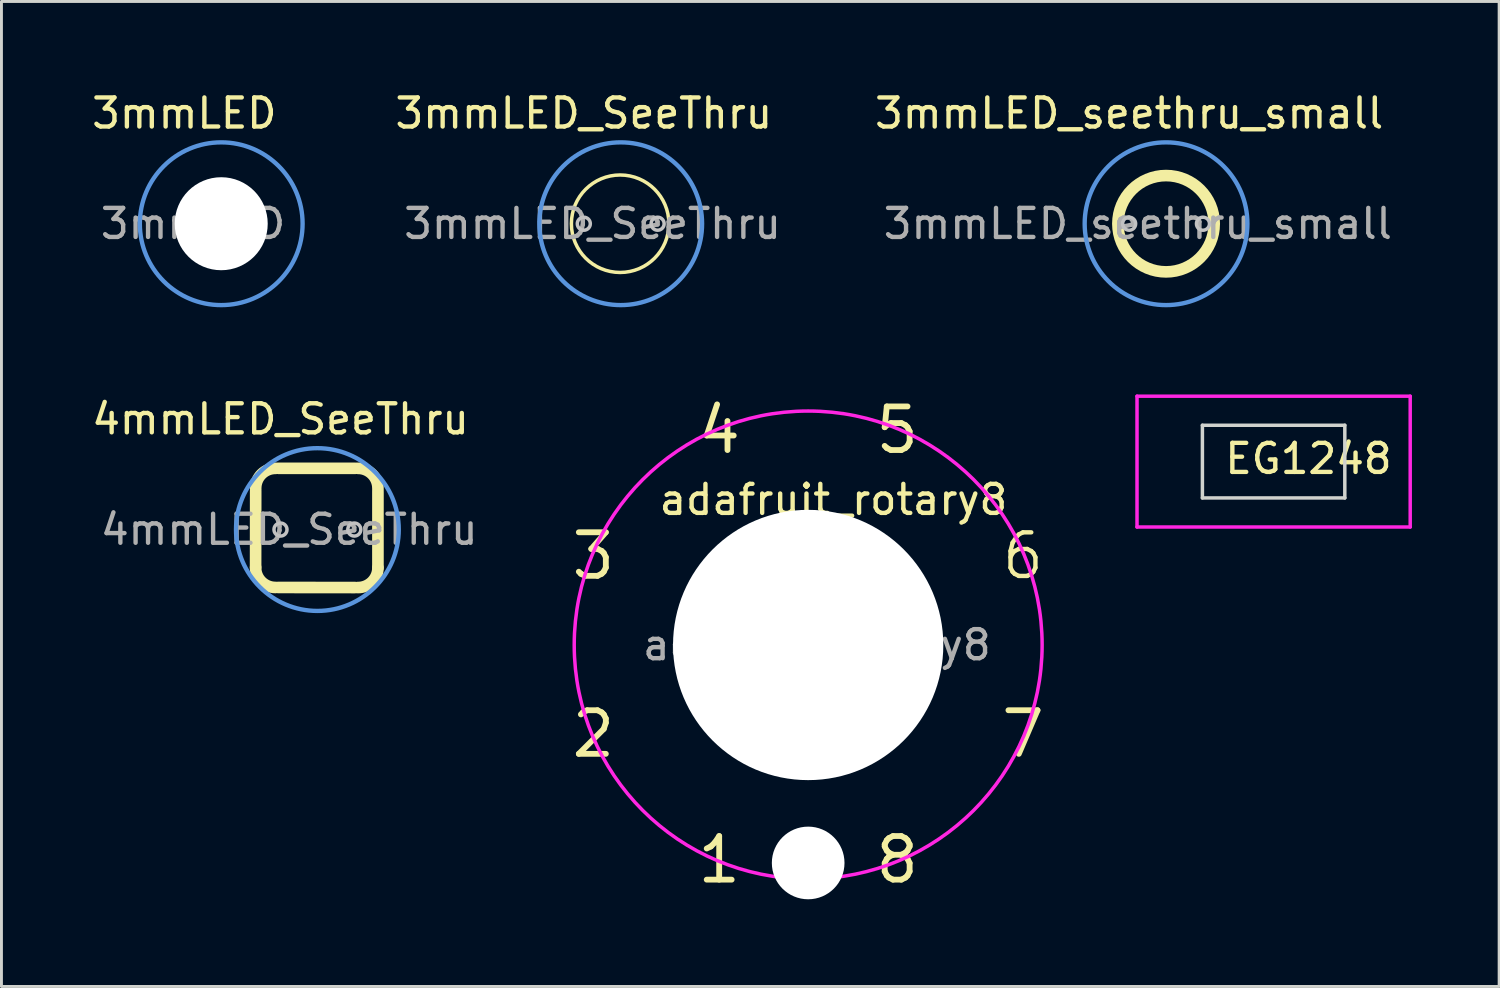
<source format=kicad_pcb>
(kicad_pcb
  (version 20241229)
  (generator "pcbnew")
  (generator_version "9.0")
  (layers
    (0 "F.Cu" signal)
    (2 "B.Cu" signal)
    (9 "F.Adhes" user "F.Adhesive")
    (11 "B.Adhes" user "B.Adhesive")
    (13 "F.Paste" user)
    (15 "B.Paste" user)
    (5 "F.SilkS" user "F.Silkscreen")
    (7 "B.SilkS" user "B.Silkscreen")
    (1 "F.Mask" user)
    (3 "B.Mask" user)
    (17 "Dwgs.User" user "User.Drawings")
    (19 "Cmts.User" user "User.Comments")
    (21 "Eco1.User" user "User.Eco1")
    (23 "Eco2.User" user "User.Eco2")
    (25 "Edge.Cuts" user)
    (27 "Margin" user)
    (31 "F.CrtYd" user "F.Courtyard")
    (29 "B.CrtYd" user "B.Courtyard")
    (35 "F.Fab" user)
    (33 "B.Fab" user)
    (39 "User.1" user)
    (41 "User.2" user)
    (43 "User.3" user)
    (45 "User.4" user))
  (footprint "EG1248"
    (layer "F.Cu")
    (at 40.773 12.833)
    (property "Reference" "EG1248" (at 1.2 -0.1 0) (unlocked yes) (layer "F.SilkS") (effects (font (size 1 1) (thickness 0.15))))
    (fp_line (start -2.45 -1.25) (end -2.45 1.25) (stroke (width 0.12) (type solid)) (layer "Edge.Cuts"))
    (fp_line (start -2.45 -1.25) (end 2.45 -1.25) (stroke (width 0.12) (type solid)) (layer "Edge.Cuts"))
    (fp_line (start -2.45 1.25) (end 2.45 1.25) (stroke (width 0.12) (type solid)) (layer "Edge.Cuts"))
    (fp_line (start 2.45 -1.25) (end 2.45 1.25) (stroke (width 0.12) (type solid)) (layer "Edge.Cuts"))
    (fp_line (start -4.7 -2.25) (end 4.7 -2.25) (stroke (width 0.12) (type solid)) (layer "F.CrtYd"))
    (fp_line (start -4.7 2.25) (end -4.7 -2.25) (stroke (width 0.12) (type solid)) (layer "F.CrtYd"))
    (fp_line (start 4.7 -2.25) (end 4.7 2.25) (stroke (width 0.12) (type solid)) (layer "F.CrtYd"))
    (fp_line (start 4.7 2.25) (end -4.7 2.25) (stroke (width 0.12) (type solid)) (layer "F.CrtYd")))
  (footprint "3mmLED_SeeThru"
    (layer "F.Cu")
    (at 17.038 4.648)
    (property "Reference" "3mmLED_SeeThru" (at 0 -3.8 0) (layer "F.SilkS") (effects (font (size 1 1) (thickness 0.15))))
    (attr exclude_from_pos_files exclude_from_bom)
    (fp_circle (center 1.25 0) (end -0.4 -0.3) (stroke (width 0.12) (type solid)) (fill no) (layer "F.SilkS"))
    (fp_circle (center 0 0) (end 0.224 0) (stroke (width 0.12) (type solid)) (fill no) (layer "Dwgs.User"))
    (fp_circle (center 2.54 0) (end 2.764 0) (stroke (width 0.12) (type solid)) (fill no) (layer "Dwgs.User"))
    (fp_circle (center 1.27 0) (end 4.07 0) (stroke (width 0.15) (type solid)) (fill no) (layer "Cmts.User"))
    (fp_text user "${REFERENCE}" (at 0.3 0 0) (layer "F.Fab") (effects (font (size 1 1) (thickness 0.15))))
    (zone (net_name "") (layers "F.Cu" "F.Mask" "B.Cu" "B.Mask") (hatch edge 0.508) (connect_pads) (min_thickness 0.254) (filled_areas_thickness no) (keepout (tracks not_allowed) (vias not_allowed) (pads not_allowed) (copperpour not_allowed) (footprints allowed)) (placement (enabled no)) (fill) (polygon (pts (xy 19.888 6.248) (xy 16.688 6.248) (xy 16.688 3.048) (xy 19.888 3.048)))))
  (footprint "4mmLED_SeeThru"
    (layer "F.Cu")
    (at 6.601 15.171)
    (property "Reference" "4mmLED_SeeThru" (at 0 -3.8 0) (layer "F.SilkS") (effects (font (size 1 1) (thickness 0.15))))
    (attr exclude_from_pos_files exclude_from_bom)
    (fp_rect (start -0.63 -1.88) (end 3.13 1.88) (stroke (width 0.01) (type solid)) (fill yes) (layer "F.Mask"))
    (fp_line (start -0.853 -1.326) (end -0.856 1.303) (stroke (width 0.4) (type default)) (layer "F.SilkS"))
    (fp_line (start -0.076 1.993) (end 2.563 1.996) (stroke (width 0.4) (type default)) (layer "F.SilkS"))
    (fp_line (start -0.063 -2.106) (end 2.563 -2.106) (stroke (width 0.4) (type default)) (layer "F.SilkS"))
    (fp_line (start 3.353 -1.313) (end 3.353 1.316) (stroke (width 0.4) (type default)) (layer "F.SilkS"))
    (fp_arc (start -0.852737 -1.425593) (mid -0.65 -1.91) (end -0.162664 -2.105592) (stroke (width 0.4) (type default)) (layer "F.SilkS"))
    (fp_arc (start -0.175593 1.992737) (mid -0.66 1.79) (end -0.855592 1.302664) (stroke (width 0.4) (type default)) (layer "F.SilkS"))
    (fp_arc (start 2.662664 -2.105592) (mid 3.15 -1.91) (end 3.352737 -1.425593) (stroke (width 0.4) (type default)) (layer "F.SilkS"))
    (fp_arc (start 3.352737 1.315593) (mid 3.15 1.8) (end 2.662664 1.995592) (stroke (width 0.4) (type default)) (layer "F.SilkS"))
    (fp_circle (center 0 0) (end 0.224 0) (stroke (width 0.12) (type solid)) (fill no) (layer "Dwgs.User"))
    (fp_circle (center 2.54 0) (end 2.764 0) (stroke (width 0.12) (type solid)) (fill no) (layer "Dwgs.User"))
    (fp_circle (center 1.27 0) (end 4.07 0) (stroke (width 0.15) (type solid)) (fill no) (layer "Cmts.User"))
    (fp_text user "${REFERENCE}" (at 0.3 0 0) (layer "F.Fab") (effects (font (size 1 1) (thickness 0.15))))
    (zone (net_name "") (layers "F.Cu" "B.Cu" "F.Adhes" "F.Paste") (hatch edge 0.508) (connect_pads) (min_thickness 0.254) (filled_areas_thickness no) (keepout (tracks not_allowed) (vias not_allowed) (pads not_allowed) (copperpour not_allowed) (footprints allowed)) (placement (enabled no)) (fill) (polygon (pts (xy 9.851 17.172) (xy 5.851 17.172) (xy 5.851 13.171) (xy 9.851 13.171)))))
  (footprint "3mmLED"
    (layer "F.Cu")
    (at 3.292 4.648)
    (property "Reference" "3mmLED" (at 0 -3.8 0) (layer "F.SilkS") (effects (font (size 1 1) (thickness 0.15))))
    (attr exclude_from_pos_files exclude_from_bom)
    (fp_circle (center 0 0) (end 0.224 0) (stroke (width 0.12) (type solid)) (fill no) (layer "Dwgs.User"))
    (fp_circle (center 2.54 0) (end 2.764 0) (stroke (width 0.12) (type solid)) (fill no) (layer "Dwgs.User"))
    (fp_circle (center 1.27 0) (end 4.07 0) (stroke (width 0.15) (type solid)) (fill no) (layer "Cmts.User"))
    (fp_text user "${REFERENCE}" (at 0.3 0 0) (layer "F.Fab") (effects (font (size 1 1) (thickness 0.15))))
    (pad "" np_thru_hole circle (at 1.27 0) (size 3.2 3.2) (drill 3.2) (layers "*.Cu" "*.Mask")))
  (footprint "adafruit_rotary8"
    (layer "F.Cu")
    (at 24.758 19.143)
    (property "Reference" "adafruit_rotary8" (at 0.87 -5 0) (layer "F.SilkS") (effects (font (size 1 1) (thickness 0.15))))
    (attr exclude_from_pos_files exclude_from_bom)
    (fp_circle (center 0.87 -0.85) (end 3.97 -0.85) (stroke (width 0.15) (type solid)) (fill no) (layer "Cmts.User"))
    (fp_circle (center 0 0) (end 8.05 0) (stroke (width 0.12) (type solid)) (fill no) (layer "F.CrtYd"))
    (fp_circle (center 0.87 -0.85) (end 4.02 -0.85) (stroke (width 0.05) (type solid)) (fill no) (layer "F.CrtYd"))
    (fp_text user "5" (at 3.062 -7.391 0) (unlocked yes) (layer "F.SilkS") (effects (font (size 1.5 1.5) (thickness 0.2))))
    (fp_text user "1" (at -3.062 7.391 0) (unlocked yes) (layer "F.SilkS") (effects (font (size 1.5 1.5) (thickness 0.2))))
    (fp_text user "4" (at -3.062 -7.391 0) (unlocked yes) (layer "F.SilkS") (effects (font (size 1.5 1.5) (thickness 0.2))))
    (fp_text user "2" (at -7.391 3.062 0) (unlocked yes) (layer "F.SilkS") (effects (font (size 1.5 1.5) (thickness 0.2))))
    (fp_text user "3" (at -7.391 -3.062 0) (unlocked yes) (layer "F.SilkS") (effects (font (size 1.5 1.5) (thickness 0.2))))
    (fp_text user "6" (at 7.391 -3.062 0) (unlocked yes) (layer "F.SilkS") (effects (font (size 1.5 1.5) (thickness 0.15))))
    (fp_text user "7" (at 7.391 3.062 0) (unlocked yes) (layer "F.SilkS") (effects (font (size 1.5 1.5) (thickness 0.2))))
    (fp_text user "8" (at 3.062 7.391 0) (unlocked yes) (layer "F.SilkS") (effects (font (size 1.5 1.5) (thickness 0.2))))
    (fp_text user "${REFERENCE}" (at 0.3 0 0) (layer "F.Fab") (effects (font (size 1 1) (thickness 0.15))))
    (pad "" np_thru_hole circle (at 0 0) (size 9.3 9.3) (drill 9.3) (layers "*.Cu" "*.Mask"))
    (pad "" np_thru_hole circle (at 0 7.5) (size 2.5 2.5) (drill 2.5) (layers "*.Cu" "*.Mask")))
  (footprint "3mmLED_seethru_small"
    (layer "F.Cu")
    (at 35.802 4.648)
    (property "Reference" "3mmLED_seethru_small" (at 0 -3.8 0) (layer "F.SilkS") (effects (font (size 1 1) (thickness 0.15))))
    (attr exclude_from_pos_files exclude_from_bom)
    (fp_circle (center 1.28 0) (end 2.68 0) (stroke (width 0.12) (type solid)) (fill yes) (layer "F.Mask"))
    (fp_circle (center 1.28 0) (end 2.68 0) (stroke (width 0.12) (type solid)) (fill yes) (layer "B.Mask"))
    (fp_circle (center 1.27 0) (end 2.927 0) (stroke (width 0.4) (type default)) (fill no) (layer "F.SilkS"))
    (fp_circle (center 0 0) (end 0.224 0) (stroke (width 0.12) (type solid)) (fill no) (layer "Dwgs.User"))
    (fp_circle (center 2.54 0) (end 2.764 0) (stroke (width 0.12) (type solid)) (fill no) (layer "Dwgs.User"))
    (fp_circle (center 1.27 0) (end 4.07 0) (stroke (width 0.15) (type solid)) (fill no) (layer "Cmts.User"))
    (fp_text user "${REFERENCE}" (at 0.3 0 0) (layer "F.Fab") (effects (font (size 1 1) (thickness 0.15))))
    (zone (net_name "") (layers "F.Cu" "B.Cu" "F.Adhes" "F.Paste") (hatch edge 0.5) (connect_pads) (min_thickness 0.25) (filled_areas_thickness no) (keepout (tracks not_allowed) (vias not_allowed) (pads not_allowed) (copperpour not_allowed) (footprints allowed)) (placement (enabled no)) (fill) (polygon (pts (xy 35.612 6.158) (xy 38.492 6.138) (xy 38.502 3.168) (xy 35.612 3.188)))))
  (gr_rect
    (start -3 -3)
    (end 48.533 30.893)
    (stroke (width 0.1) (type default))
    (fill no)
    (layer "Edge.Cuts")))
</source>
